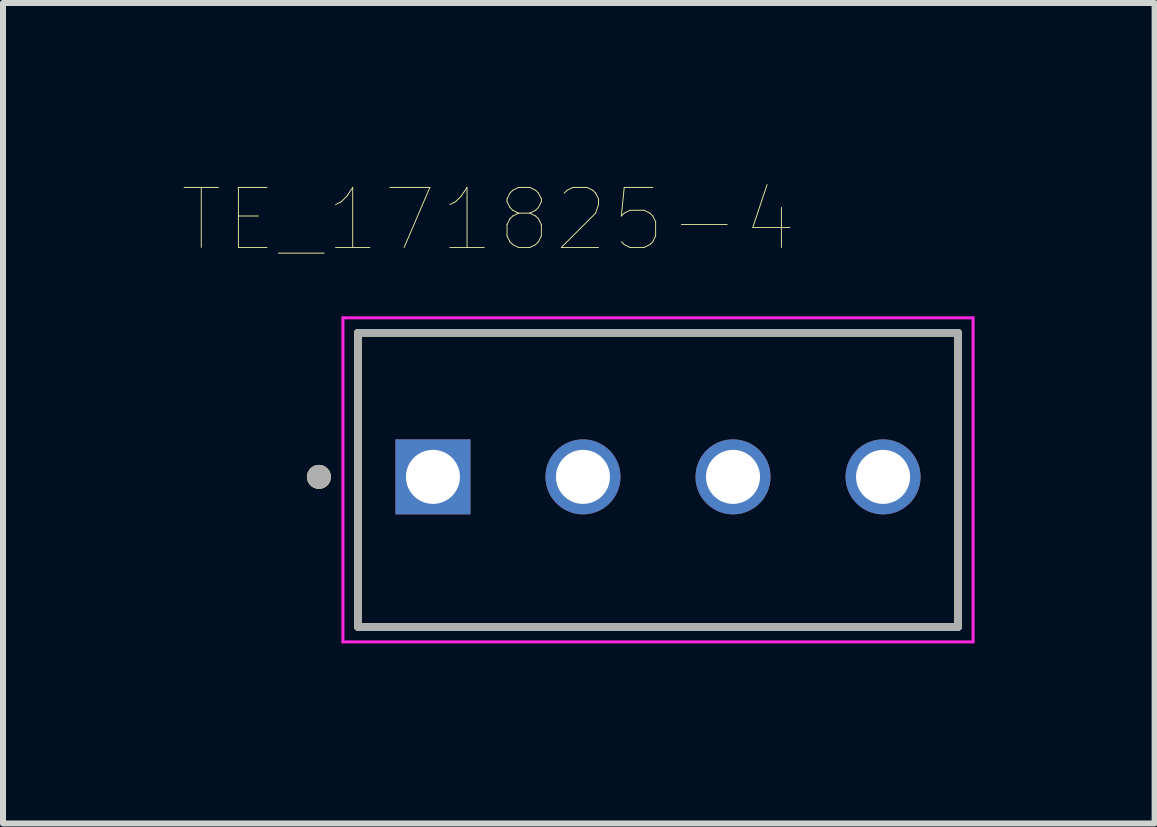
<source format=kicad_pcb>
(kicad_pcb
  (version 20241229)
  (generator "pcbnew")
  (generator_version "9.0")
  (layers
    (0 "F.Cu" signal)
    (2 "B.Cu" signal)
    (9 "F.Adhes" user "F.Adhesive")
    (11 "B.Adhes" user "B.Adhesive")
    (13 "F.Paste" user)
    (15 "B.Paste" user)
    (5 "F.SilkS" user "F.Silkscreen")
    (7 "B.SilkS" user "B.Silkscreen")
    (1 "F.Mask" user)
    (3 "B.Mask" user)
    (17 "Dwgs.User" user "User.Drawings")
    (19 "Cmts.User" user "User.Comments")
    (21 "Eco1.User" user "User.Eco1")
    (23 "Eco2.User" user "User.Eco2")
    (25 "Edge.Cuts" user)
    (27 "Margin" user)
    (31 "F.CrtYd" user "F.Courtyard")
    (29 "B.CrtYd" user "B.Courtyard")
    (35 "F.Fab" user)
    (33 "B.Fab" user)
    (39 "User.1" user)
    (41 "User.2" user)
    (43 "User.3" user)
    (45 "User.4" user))
  (footprint "TE_171825-4"
    (layer "F.Cu")
    (at 4.164 4.896)
    (property "Reference" "TE_171825-4" (at 0.925 -4.285 0) (layer "F.SilkS") (effects (font (size 1 1) (thickness 0.015))))
    (attr through_hole)
    (fp_line (start -1.25 2.5) (end -1.25 -2.4) (stroke (width 0.127) (type solid)) (layer "F.SilkS"))
    (fp_line (start 8.75 -2.4) (end -1.25 -2.4) (stroke (width 0.127) (type solid)) (layer "F.SilkS"))
    (fp_line (start 8.75 -2.4) (end 8.75 2.5) (stroke (width 0.127) (type solid)) (layer "F.SilkS"))
    (fp_line (start 8.75 2.5) (end -1.25 2.5) (stroke (width 0.127) (type solid)) (layer "F.SilkS"))
    (fp_circle (center -1.9 0) (end -1.8 0) (stroke (width 0.2) (type solid)) (fill no) (layer "F.SilkS"))
    (fp_line (start -1.5 -2.65) (end 9 -2.65) (stroke (width 0.05) (type solid)) (layer "F.CrtYd"))
    (fp_line (start -1.5 2.75) (end -1.5 -2.65) (stroke (width 0.05) (type solid)) (layer "F.CrtYd"))
    (fp_line (start 9 -2.65) (end 9 2.75) (stroke (width 0.05) (type solid)) (layer "F.CrtYd"))
    (fp_line (start 9 2.75) (end -1.5 2.75) (stroke (width 0.05) (type solid)) (layer "F.CrtYd"))
    (fp_line (start -1.25 -2.4) (end 8.75 -2.4) (stroke (width 0.127) (type solid)) (layer "F.Fab"))
    (fp_line (start -1.25 2.5) (end -1.25 -2.4) (stroke (width 0.127) (type solid)) (layer "F.Fab"))
    (fp_line (start -1.25 2.5) (end -1.25 2.5) (stroke (width 0.127) (type solid)) (layer "F.Fab"))
    (fp_line (start -1.25 2.5) (end 8.75 2.5) (stroke (width 0.127) (type solid)) (layer "F.Fab"))
    (fp_line (start 8.75 -2.4) (end 8.75 2.5) (stroke (width 0.127) (type solid)) (layer "F.Fab"))
    (fp_line (start 8.75 2.5) (end -1.25 2.5) (stroke (width 0.127) (type solid)) (layer "F.Fab"))
    (fp_line (start 8.75 2.5) (end 8.75 2.5) (stroke (width 0.127) (type solid)) (layer "F.Fab"))
    (fp_circle (center -1.9 0) (end -1.8 0) (stroke (width 0.2) (type solid)) (fill no) (layer "F.Fab"))
    (pad "1" thru_hole rect (at 0 0) (size 1.25 1.25) (drill 0.9) (layers "*.Cu" "*.Mask"))
    (pad "2" thru_hole circle (at 2.5 0) (size 1.25 1.25) (drill 0.9) (layers "*.Cu" "*.Mask"))
    (pad "3" thru_hole circle (at 5 0) (size 1.25 1.25) (drill 0.9) (layers "*.Cu" "*.Mask"))
    (pad "4" thru_hole circle (at 7.5 0) (size 1.25 1.25) (drill 0.9) (layers "*.Cu" "*.Mask")))
  (gr_rect
    (start -3 -3)
    (end 16.189 10.671)
    (stroke (width 0.1) (type default))
    (fill no)
    (layer "Edge.Cuts")))
</source>
